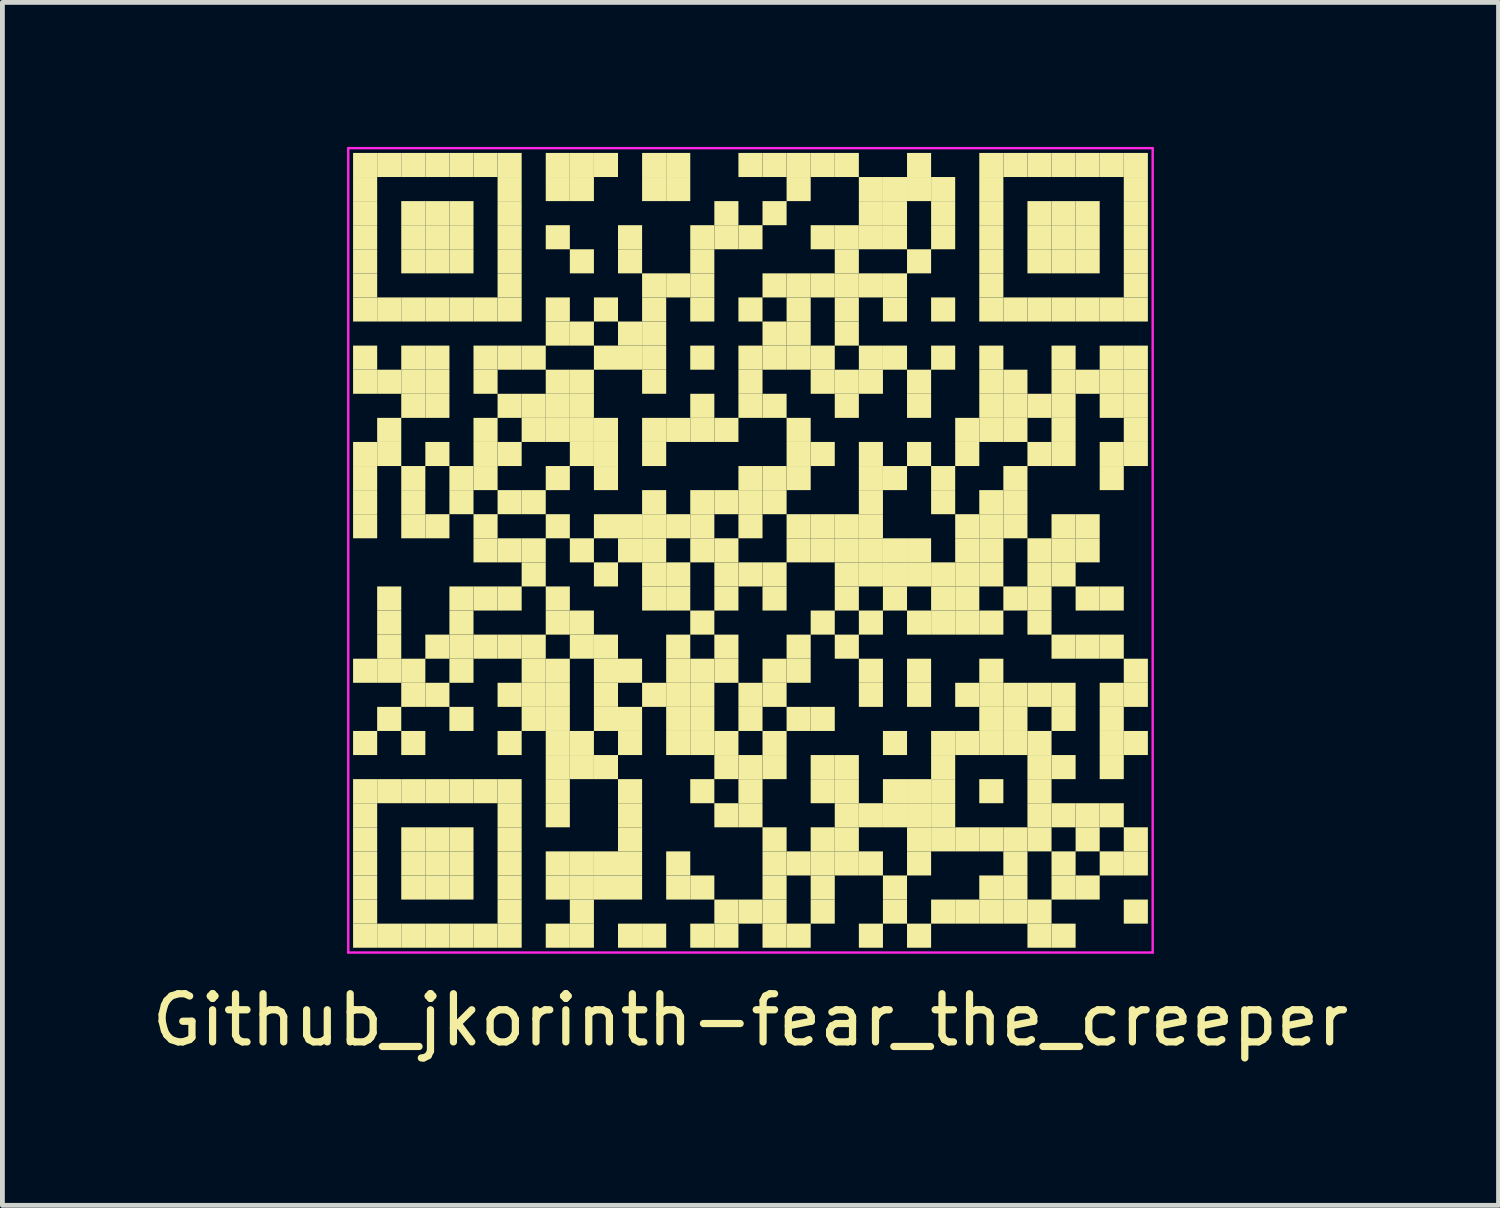
<source format=kicad_pcb>
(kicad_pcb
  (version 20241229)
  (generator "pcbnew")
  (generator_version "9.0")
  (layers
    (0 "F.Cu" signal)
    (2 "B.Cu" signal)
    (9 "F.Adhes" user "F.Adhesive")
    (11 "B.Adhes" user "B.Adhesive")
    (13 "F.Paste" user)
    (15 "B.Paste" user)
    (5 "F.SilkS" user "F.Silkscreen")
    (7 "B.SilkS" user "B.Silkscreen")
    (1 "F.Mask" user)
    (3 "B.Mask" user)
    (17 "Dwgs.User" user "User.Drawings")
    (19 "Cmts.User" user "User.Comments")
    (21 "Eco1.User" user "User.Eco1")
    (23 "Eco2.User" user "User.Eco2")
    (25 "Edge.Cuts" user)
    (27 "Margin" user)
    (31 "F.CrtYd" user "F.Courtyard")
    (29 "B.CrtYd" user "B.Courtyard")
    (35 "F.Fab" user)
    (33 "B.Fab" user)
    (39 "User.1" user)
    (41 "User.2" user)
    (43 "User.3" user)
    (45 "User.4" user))
  (footprint "Github_jkorinth-fear_the_creeper"
    (layer "F.Cu")
    (at 12.53 8.375)
    (property "Reference" "Github_jkorinth-fear_the_creeper" (at 0 9.75 0) (layer "F.SilkS") (effects (font (size 1 1) (thickness 0.15))))
    (attr board_only exclude_from_pos_files exclude_from_bom allow_missing_courtyard)
    (fp_rect (start -8.25 -8.25) (end -7.75 -7.75) (stroke (width 0) (type default)) (fill yes) (layer "F.SilkS"))
    (fp_rect (start -8.25 -7.75) (end -7.75 -7.25) (stroke (width 0) (type default)) (fill yes) (layer "F.SilkS"))
    (fp_rect (start -8.25 -7.25) (end -7.75 -6.75) (stroke (width 0) (type default)) (fill yes) (layer "F.SilkS"))
    (fp_rect (start -8.25 -6.75) (end -7.75 -6.25) (stroke (width 0) (type default)) (fill yes) (layer "F.SilkS"))
    (fp_rect (start -8.25 -6.25) (end -7.75 -5.75) (stroke (width 0) (type default)) (fill yes) (layer "F.SilkS"))
    (fp_rect (start -8.25 -5.75) (end -7.75 -5.25) (stroke (width 0) (type default)) (fill yes) (layer "F.SilkS"))
    (fp_rect (start -8.25 -5.25) (end -7.75 -4.75) (stroke (width 0) (type default)) (fill yes) (layer "F.SilkS"))
    (fp_rect (start -8.25 -4.25) (end -7.75 -3.75) (stroke (width 0) (type default)) (fill yes) (layer "F.SilkS"))
    (fp_rect (start -8.25 -3.75) (end -7.75 -3.25) (stroke (width 0) (type default)) (fill yes) (layer "F.SilkS"))
    (fp_rect (start -8.25 -2.25) (end -7.75 -1.75) (stroke (width 0) (type default)) (fill yes) (layer "F.SilkS"))
    (fp_rect (start -8.25 -1.75) (end -7.75 -1.25) (stroke (width 0) (type default)) (fill yes) (layer "F.SilkS"))
    (fp_rect (start -8.25 -1.25) (end -7.75 -0.75) (stroke (width 0) (type default)) (fill yes) (layer "F.SilkS"))
    (fp_rect (start -8.25 -0.75) (end -7.75 -0.25) (stroke (width 0) (type default)) (fill yes) (layer "F.SilkS"))
    (fp_rect (start -8.25 2.25) (end -7.75 2.75) (stroke (width 0) (type default)) (fill yes) (layer "F.SilkS"))
    (fp_rect (start -8.25 3.75) (end -7.75 4.25) (stroke (width 0) (type default)) (fill yes) (layer "F.SilkS"))
    (fp_rect (start -8.25 4.75) (end -7.75 5.25) (stroke (width 0) (type default)) (fill yes) (layer "F.SilkS"))
    (fp_rect (start -8.25 5.25) (end -7.75 5.75) (stroke (width 0) (type default)) (fill yes) (layer "F.SilkS"))
    (fp_rect (start -8.25 5.75) (end -7.75 6.25) (stroke (width 0) (type default)) (fill yes) (layer "F.SilkS"))
    (fp_rect (start -8.25 6.25) (end -7.75 6.75) (stroke (width 0) (type default)) (fill yes) (layer "F.SilkS"))
    (fp_rect (start -8.25 6.75) (end -7.75 7.25) (stroke (width 0) (type default)) (fill yes) (layer "F.SilkS"))
    (fp_rect (start -8.25 7.25) (end -7.75 7.75) (stroke (width 0) (type default)) (fill yes) (layer "F.SilkS"))
    (fp_rect (start -8.25 7.75) (end -7.75 8.25) (stroke (width 0) (type default)) (fill yes) (layer "F.SilkS"))
    (fp_rect (start -7.75 -8.25) (end -7.25 -7.75) (stroke (width 0) (type default)) (fill yes) (layer "F.SilkS"))
    (fp_rect (start -7.75 -5.25) (end -7.25 -4.75) (stroke (width 0) (type default)) (fill yes) (layer "F.SilkS"))
    (fp_rect (start -7.75 -3.75) (end -7.25 -3.25) (stroke (width 0) (type default)) (fill yes) (layer "F.SilkS"))
    (fp_rect (start -7.75 -2.75) (end -7.25 -2.25) (stroke (width 0) (type default)) (fill yes) (layer "F.SilkS"))
    (fp_rect (start -7.75 -2.25) (end -7.25 -1.75) (stroke (width 0) (type default)) (fill yes) (layer "F.SilkS"))
    (fp_rect (start -7.75 0.75) (end -7.25 1.25) (stroke (width 0) (type default)) (fill yes) (layer "F.SilkS"))
    (fp_rect (start -7.75 1.25) (end -7.25 1.75) (stroke (width 0) (type default)) (fill yes) (layer "F.SilkS"))
    (fp_rect (start -7.75 1.75) (end -7.25 2.25) (stroke (width 0) (type default)) (fill yes) (layer "F.SilkS"))
    (fp_rect (start -7.75 2.25) (end -7.25 2.75) (stroke (width 0) (type default)) (fill yes) (layer "F.SilkS"))
    (fp_rect (start -7.75 3.25) (end -7.25 3.75) (stroke (width 0) (type default)) (fill yes) (layer "F.SilkS"))
    (fp_rect (start -7.75 4.75) (end -7.25 5.25) (stroke (width 0) (type default)) (fill yes) (layer "F.SilkS"))
    (fp_rect (start -7.75 7.75) (end -7.25 8.25) (stroke (width 0) (type default)) (fill yes) (layer "F.SilkS"))
    (fp_rect (start -7.25 -8.25) (end -6.75 -7.75) (stroke (width 0) (type default)) (fill yes) (layer "F.SilkS"))
    (fp_rect (start -7.25 -7.25) (end -6.75 -6.75) (stroke (width 0) (type default)) (fill yes) (layer "F.SilkS"))
    (fp_rect (start -7.25 -6.75) (end -6.75 -6.25) (stroke (width 0) (type default)) (fill yes) (layer "F.SilkS"))
    (fp_rect (start -7.25 -6.25) (end -6.75 -5.75) (stroke (width 0) (type default)) (fill yes) (layer "F.SilkS"))
    (fp_rect (start -7.25 -5.25) (end -6.75 -4.75) (stroke (width 0) (type default)) (fill yes) (layer "F.SilkS"))
    (fp_rect (start -7.25 -4.25) (end -6.75 -3.75) (stroke (width 0) (type default)) (fill yes) (layer "F.SilkS"))
    (fp_rect (start -7.25 -3.75) (end -6.75 -3.25) (stroke (width 0) (type default)) (fill yes) (layer "F.SilkS"))
    (fp_rect (start -7.25 -3.25) (end -6.75 -2.75) (stroke (width 0) (type default)) (fill yes) (layer "F.SilkS"))
    (fp_rect (start -7.25 -1.75) (end -6.75 -1.25) (stroke (width 0) (type default)) (fill yes) (layer "F.SilkS"))
    (fp_rect (start -7.25 -1.25) (end -6.75 -0.75) (stroke (width 0) (type default)) (fill yes) (layer "F.SilkS"))
    (fp_rect (start -7.25 -0.75) (end -6.75 -0.25) (stroke (width 0) (type default)) (fill yes) (layer "F.SilkS"))
    (fp_rect (start -7.25 2.25) (end -6.75 2.75) (stroke (width 0) (type default)) (fill yes) (layer "F.SilkS"))
    (fp_rect (start -7.25 2.75) (end -6.75 3.25) (stroke (width 0) (type default)) (fill yes) (layer "F.SilkS"))
    (fp_rect (start -7.25 3.75) (end -6.75 4.25) (stroke (width 0) (type default)) (fill yes) (layer "F.SilkS"))
    (fp_rect (start -7.25 4.75) (end -6.75 5.25) (stroke (width 0) (type default)) (fill yes) (layer "F.SilkS"))
    (fp_rect (start -7.25 5.75) (end -6.75 6.25) (stroke (width 0) (type default)) (fill yes) (layer "F.SilkS"))
    (fp_rect (start -7.25 6.25) (end -6.75 6.75) (stroke (width 0) (type default)) (fill yes) (layer "F.SilkS"))
    (fp_rect (start -7.25 6.75) (end -6.75 7.25) (stroke (width 0) (type default)) (fill yes) (layer "F.SilkS"))
    (fp_rect (start -7.25 7.75) (end -6.75 8.25) (stroke (width 0) (type default)) (fill yes) (layer "F.SilkS"))
    (fp_rect (start -6.75 -8.25) (end -6.25 -7.75) (stroke (width 0) (type default)) (fill yes) (layer "F.SilkS"))
    (fp_rect (start -6.75 -7.25) (end -6.25 -6.75) (stroke (width 0) (type default)) (fill yes) (layer "F.SilkS"))
    (fp_rect (start -6.75 -6.75) (end -6.25 -6.25) (stroke (width 0) (type default)) (fill yes) (layer "F.SilkS"))
    (fp_rect (start -6.75 -6.25) (end -6.25 -5.75) (stroke (width 0) (type default)) (fill yes) (layer "F.SilkS"))
    (fp_rect (start -6.75 -5.25) (end -6.25 -4.75) (stroke (width 0) (type default)) (fill yes) (layer "F.SilkS"))
    (fp_rect (start -6.75 -4.25) (end -6.25 -3.75) (stroke (width 0) (type default)) (fill yes) (layer "F.SilkS"))
    (fp_rect (start -6.75 -3.75) (end -6.25 -3.25) (stroke (width 0) (type default)) (fill yes) (layer "F.SilkS"))
    (fp_rect (start -6.75 -3.25) (end -6.25 -2.75) (stroke (width 0) (type default)) (fill yes) (layer "F.SilkS"))
    (fp_rect (start -6.75 -2.25) (end -6.25 -1.75) (stroke (width 0) (type default)) (fill yes) (layer "F.SilkS"))
    (fp_rect (start -6.75 -0.75) (end -6.25 -0.25) (stroke (width 0) (type default)) (fill yes) (layer "F.SilkS"))
    (fp_rect (start -6.75 1.75) (end -6.25 2.25) (stroke (width 0) (type default)) (fill yes) (layer "F.SilkS"))
    (fp_rect (start -6.75 2.75) (end -6.25 3.25) (stroke (width 0) (type default)) (fill yes) (layer "F.SilkS"))
    (fp_rect (start -6.75 4.75) (end -6.25 5.25) (stroke (width 0) (type default)) (fill yes) (layer "F.SilkS"))
    (fp_rect (start -6.75 5.75) (end -6.25 6.25) (stroke (width 0) (type default)) (fill yes) (layer "F.SilkS"))
    (fp_rect (start -6.75 6.25) (end -6.25 6.75) (stroke (width 0) (type default)) (fill yes) (layer "F.SilkS"))
    (fp_rect (start -6.75 6.75) (end -6.25 7.25) (stroke (width 0) (type default)) (fill yes) (layer "F.SilkS"))
    (fp_rect (start -6.75 7.75) (end -6.25 8.25) (stroke (width 0) (type default)) (fill yes) (layer "F.SilkS"))
    (fp_rect (start -6.25 -8.25) (end -5.75 -7.75) (stroke (width 0) (type default)) (fill yes) (layer "F.SilkS"))
    (fp_rect (start -6.25 -7.25) (end -5.75 -6.75) (stroke (width 0) (type default)) (fill yes) (layer "F.SilkS"))
    (fp_rect (start -6.25 -6.75) (end -5.75 -6.25) (stroke (width 0) (type default)) (fill yes) (layer "F.SilkS"))
    (fp_rect (start -6.25 -6.25) (end -5.75 -5.75) (stroke (width 0) (type default)) (fill yes) (layer "F.SilkS"))
    (fp_rect (start -6.25 -5.25) (end -5.75 -4.75) (stroke (width 0) (type default)) (fill yes) (layer "F.SilkS"))
    (fp_rect (start -6.25 -1.75) (end -5.75 -1.25) (stroke (width 0) (type default)) (fill yes) (layer "F.SilkS"))
    (fp_rect (start -6.25 -1.25) (end -5.75 -0.75) (stroke (width 0) (type default)) (fill yes) (layer "F.SilkS"))
    (fp_rect (start -6.25 0.75) (end -5.75 1.25) (stroke (width 0) (type default)) (fill yes) (layer "F.SilkS"))
    (fp_rect (start -6.25 1.25) (end -5.75 1.75) (stroke (width 0) (type default)) (fill yes) (layer "F.SilkS"))
    (fp_rect (start -6.25 1.75) (end -5.75 2.25) (stroke (width 0) (type default)) (fill yes) (layer "F.SilkS"))
    (fp_rect (start -6.25 2.25) (end -5.75 2.75) (stroke (width 0) (type default)) (fill yes) (layer "F.SilkS"))
    (fp_rect (start -6.25 3.25) (end -5.75 3.75) (stroke (width 0) (type default)) (fill yes) (layer "F.SilkS"))
    (fp_rect (start -6.25 4.75) (end -5.75 5.25) (stroke (width 0) (type default)) (fill yes) (layer "F.SilkS"))
    (fp_rect (start -6.25 5.75) (end -5.75 6.25) (stroke (width 0) (type default)) (fill yes) (layer "F.SilkS"))
    (fp_rect (start -6.25 6.25) (end -5.75 6.75) (stroke (width 0) (type default)) (fill yes) (layer "F.SilkS"))
    (fp_rect (start -6.25 6.75) (end -5.75 7.25) (stroke (width 0) (type default)) (fill yes) (layer "F.SilkS"))
    (fp_rect (start -6.25 7.75) (end -5.75 8.25) (stroke (width 0) (type default)) (fill yes) (layer "F.SilkS"))
    (fp_rect (start -5.75 -8.25) (end -5.25 -7.75) (stroke (width 0) (type default)) (fill yes) (layer "F.SilkS"))
    (fp_rect (start -5.75 -5.25) (end -5.25 -4.75) (stroke (width 0) (type default)) (fill yes) (layer "F.SilkS"))
    (fp_rect (start -5.75 -4.25) (end -5.25 -3.75) (stroke (width 0) (type default)) (fill yes) (layer "F.SilkS"))
    (fp_rect (start -5.75 -3.75) (end -5.25 -3.25) (stroke (width 0) (type default)) (fill yes) (layer "F.SilkS"))
    (fp_rect (start -5.75 -2.75) (end -5.25 -2.25) (stroke (width 0) (type default)) (fill yes) (layer "F.SilkS"))
    (fp_rect (start -5.75 -2.25) (end -5.25 -1.75) (stroke (width 0) (type default)) (fill yes) (layer "F.SilkS"))
    (fp_rect (start -5.75 -1.75) (end -5.25 -1.25) (stroke (width 0) (type default)) (fill yes) (layer "F.SilkS"))
    (fp_rect (start -5.75 -0.75) (end -5.25 -0.25) (stroke (width 0) (type default)) (fill yes) (layer "F.SilkS"))
    (fp_rect (start -5.75 -0.25) (end -5.25 0.25) (stroke (width 0) (type default)) (fill yes) (layer "F.SilkS"))
    (fp_rect (start -5.75 0.75) (end -5.25 1.25) (stroke (width 0) (type default)) (fill yes) (layer "F.SilkS"))
    (fp_rect (start -5.75 1.75) (end -5.25 2.25) (stroke (width 0) (type default)) (fill yes) (layer "F.SilkS"))
    (fp_rect (start -5.75 4.75) (end -5.25 5.25) (stroke (width 0) (type default)) (fill yes) (layer "F.SilkS"))
    (fp_rect (start -5.75 7.75) (end -5.25 8.25) (stroke (width 0) (type default)) (fill yes) (layer "F.SilkS"))
    (fp_rect (start -5.25 -8.25) (end -4.75 -7.75) (stroke (width 0) (type default)) (fill yes) (layer "F.SilkS"))
    (fp_rect (start -5.25 -7.75) (end -4.75 -7.25) (stroke (width 0) (type default)) (fill yes) (layer "F.SilkS"))
    (fp_rect (start -5.25 -7.25) (end -4.75 -6.75) (stroke (width 0) (type default)) (fill yes) (layer "F.SilkS"))
    (fp_rect (start -5.25 -6.75) (end -4.75 -6.25) (stroke (width 0) (type default)) (fill yes) (layer "F.SilkS"))
    (fp_rect (start -5.25 -6.25) (end -4.75 -5.75) (stroke (width 0) (type default)) (fill yes) (layer "F.SilkS"))
    (fp_rect (start -5.25 -5.75) (end -4.75 -5.25) (stroke (width 0) (type default)) (fill yes) (layer "F.SilkS"))
    (fp_rect (start -5.25 -5.25) (end -4.75 -4.75) (stroke (width 0) (type default)) (fill yes) (layer "F.SilkS"))
    (fp_rect (start -5.25 -4.25) (end -4.75 -3.75) (stroke (width 0) (type default)) (fill yes) (layer "F.SilkS"))
    (fp_rect (start -5.25 -3.25) (end -4.75 -2.75) (stroke (width 0) (type default)) (fill yes) (layer "F.SilkS"))
    (fp_rect (start -5.25 -2.25) (end -4.75 -1.75) (stroke (width 0) (type default)) (fill yes) (layer "F.SilkS"))
    (fp_rect (start -5.25 -1.25) (end -4.75 -0.75) (stroke (width 0) (type default)) (fill yes) (layer "F.SilkS"))
    (fp_rect (start -5.25 -0.25) (end -4.75 0.25) (stroke (width 0) (type default)) (fill yes) (layer "F.SilkS"))
    (fp_rect (start -5.25 0.75) (end -4.75 1.25) (stroke (width 0) (type default)) (fill yes) (layer "F.SilkS"))
    (fp_rect (start -5.25 1.75) (end -4.75 2.25) (stroke (width 0) (type default)) (fill yes) (layer "F.SilkS"))
    (fp_rect (start -5.25 2.75) (end -4.75 3.25) (stroke (width 0) (type default)) (fill yes) (layer "F.SilkS"))
    (fp_rect (start -5.25 3.75) (end -4.75 4.25) (stroke (width 0) (type default)) (fill yes) (layer "F.SilkS"))
    (fp_rect (start -5.25 4.75) (end -4.75 5.25) (stroke (width 0) (type default)) (fill yes) (layer "F.SilkS"))
    (fp_rect (start -5.25 5.25) (end -4.75 5.75) (stroke (width 0) (type default)) (fill yes) (layer "F.SilkS"))
    (fp_rect (start -5.25 5.75) (end -4.75 6.25) (stroke (width 0) (type default)) (fill yes) (layer "F.SilkS"))
    (fp_rect (start -5.25 6.25) (end -4.75 6.75) (stroke (width 0) (type default)) (fill yes) (layer "F.SilkS"))
    (fp_rect (start -5.25 6.75) (end -4.75 7.25) (stroke (width 0) (type default)) (fill yes) (layer "F.SilkS"))
    (fp_rect (start -5.25 7.25) (end -4.75 7.75) (stroke (width 0) (type default)) (fill yes) (layer "F.SilkS"))
    (fp_rect (start -5.25 7.75) (end -4.75 8.25) (stroke (width 0) (type default)) (fill yes) (layer "F.SilkS"))
    (fp_rect (start -4.75 -4.25) (end -4.25 -3.75) (stroke (width 0) (type default)) (fill yes) (layer "F.SilkS"))
    (fp_rect (start -4.75 -3.25) (end -4.25 -2.75) (stroke (width 0) (type default)) (fill yes) (layer "F.SilkS"))
    (fp_rect (start -4.75 -2.75) (end -4.25 -2.25) (stroke (width 0) (type default)) (fill yes) (layer "F.SilkS"))
    (fp_rect (start -4.75 -1.25) (end -4.25 -0.75) (stroke (width 0) (type default)) (fill yes) (layer "F.SilkS"))
    (fp_rect (start -4.75 -0.25) (end -4.25 0.25) (stroke (width 0) (type default)) (fill yes) (layer "F.SilkS"))
    (fp_rect (start -4.75 0.25) (end -4.25 0.75) (stroke (width 0) (type default)) (fill yes) (layer "F.SilkS"))
    (fp_rect (start -4.75 1.75) (end -4.25 2.25) (stroke (width 0) (type default)) (fill yes) (layer "F.SilkS"))
    (fp_rect (start -4.75 2.25) (end -4.25 2.75) (stroke (width 0) (type default)) (fill yes) (layer "F.SilkS"))
    (fp_rect (start -4.75 2.75) (end -4.25 3.25) (stroke (width 0) (type default)) (fill yes) (layer "F.SilkS"))
    (fp_rect (start -4.75 3.25) (end -4.25 3.75) (stroke (width 0) (type default)) (fill yes) (layer "F.SilkS"))
    (fp_rect (start -4.25 -8.25) (end -3.75 -7.75) (stroke (width 0) (type default)) (fill yes) (layer "F.SilkS"))
    (fp_rect (start -4.25 -7.75) (end -3.75 -7.25) (stroke (width 0) (type default)) (fill yes) (layer "F.SilkS"))
    (fp_rect (start -4.25 -6.75) (end -3.75 -6.25) (stroke (width 0) (type default)) (fill yes) (layer "F.SilkS"))
    (fp_rect (start -4.25 -5.25) (end -3.75 -4.75) (stroke (width 0) (type default)) (fill yes) (layer "F.SilkS"))
    (fp_rect (start -4.25 -4.75) (end -3.75 -4.25) (stroke (width 0) (type default)) (fill yes) (layer "F.SilkS"))
    (fp_rect (start -4.25 -3.75) (end -3.75 -3.25) (stroke (width 0) (type default)) (fill yes) (layer "F.SilkS"))
    (fp_rect (start -4.25 -3.25) (end -3.75 -2.75) (stroke (width 0) (type default)) (fill yes) (layer "F.SilkS"))
    (fp_rect (start -4.25 -2.75) (end -3.75 -2.25) (stroke (width 0) (type default)) (fill yes) (layer "F.SilkS"))
    (fp_rect (start -4.25 -1.75) (end -3.75 -1.25) (stroke (width 0) (type default)) (fill yes) (layer "F.SilkS"))
    (fp_rect (start -4.25 -0.75) (end -3.75 -0.25) (stroke (width 0) (type default)) (fill yes) (layer "F.SilkS"))
    (fp_rect (start -4.25 0.75) (end -3.75 1.25) (stroke (width 0) (type default)) (fill yes) (layer "F.SilkS"))
    (fp_rect (start -4.25 1.25) (end -3.75 1.75) (stroke (width 0) (type default)) (fill yes) (layer "F.SilkS"))
    (fp_rect (start -4.25 2.25) (end -3.75 2.75) (stroke (width 0) (type default)) (fill yes) (layer "F.SilkS"))
    (fp_rect (start -4.25 2.75) (end -3.75 3.25) (stroke (width 0) (type default)) (fill yes) (layer "F.SilkS"))
    (fp_rect (start -4.25 3.25) (end -3.75 3.75) (stroke (width 0) (type default)) (fill yes) (layer "F.SilkS"))
    (fp_rect (start -4.25 3.75) (end -3.75 4.25) (stroke (width 0) (type default)) (fill yes) (layer "F.SilkS"))
    (fp_rect (start -4.25 4.25) (end -3.75 4.75) (stroke (width 0) (type default)) (fill yes) (layer "F.SilkS"))
    (fp_rect (start -4.25 4.75) (end -3.75 5.25) (stroke (width 0) (type default)) (fill yes) (layer "F.SilkS"))
    (fp_rect (start -4.25 5.25) (end -3.75 5.75) (stroke (width 0) (type default)) (fill yes) (layer "F.SilkS"))
    (fp_rect (start -4.25 6.25) (end -3.75 6.75) (stroke (width 0) (type default)) (fill yes) (layer "F.SilkS"))
    (fp_rect (start -4.25 6.75) (end -3.75 7.25) (stroke (width 0) (type default)) (fill yes) (layer "F.SilkS"))
    (fp_rect (start -4.25 7.75) (end -3.75 8.25) (stroke (width 0) (type default)) (fill yes) (layer "F.SilkS"))
    (fp_rect (start -3.75 -8.25) (end -3.25 -7.75) (stroke (width 0) (type default)) (fill yes) (layer "F.SilkS"))
    (fp_rect (start -3.75 -7.75) (end -3.25 -7.25) (stroke (width 0) (type default)) (fill yes) (layer "F.SilkS"))
    (fp_rect (start -3.75 -6.25) (end -3.25 -5.75) (stroke (width 0) (type default)) (fill yes) (layer "F.SilkS"))
    (fp_rect (start -3.75 -4.75) (end -3.25 -4.25) (stroke (width 0) (type default)) (fill yes) (layer "F.SilkS"))
    (fp_rect (start -3.75 -3.75) (end -3.25 -3.25) (stroke (width 0) (type default)) (fill yes) (layer "F.SilkS"))
    (fp_rect (start -3.75 -3.25) (end -3.25 -2.75) (stroke (width 0) (type default)) (fill yes) (layer "F.SilkS"))
    (fp_rect (start -3.75 -2.75) (end -3.25 -2.25) (stroke (width 0) (type default)) (fill yes) (layer "F.SilkS"))
    (fp_rect (start -3.75 -2.25) (end -3.25 -1.75) (stroke (width 0) (type default)) (fill yes) (layer "F.SilkS"))
    (fp_rect (start -3.75 -0.25) (end -3.25 0.25) (stroke (width 0) (type default)) (fill yes) (layer "F.SilkS"))
    (fp_rect (start -3.75 1.25) (end -3.25 1.75) (stroke (width 0) (type default)) (fill yes) (layer "F.SilkS"))
    (fp_rect (start -3.75 1.75) (end -3.25 2.25) (stroke (width 0) (type default)) (fill yes) (layer "F.SilkS"))
    (fp_rect (start -3.75 3.75) (end -3.25 4.25) (stroke (width 0) (type default)) (fill yes) (layer "F.SilkS"))
    (fp_rect (start -3.75 4.25) (end -3.25 4.75) (stroke (width 0) (type default)) (fill yes) (layer "F.SilkS"))
    (fp_rect (start -3.75 6.25) (end -3.25 6.75) (stroke (width 0) (type default)) (fill yes) (layer "F.SilkS"))
    (fp_rect (start -3.75 6.75) (end -3.25 7.25) (stroke (width 0) (type default)) (fill yes) (layer "F.SilkS"))
    (fp_rect (start -3.75 7.25) (end -3.25 7.75) (stroke (width 0) (type default)) (fill yes) (layer "F.SilkS"))
    (fp_rect (start -3.75 7.75) (end -3.25 8.25) (stroke (width 0) (type default)) (fill yes) (layer "F.SilkS"))
    (fp_rect (start -3.25 -8.25) (end -2.75 -7.75) (stroke (width 0) (type default)) (fill yes) (layer "F.SilkS"))
    (fp_rect (start -3.25 -5.25) (end -2.75 -4.75) (stroke (width 0) (type default)) (fill yes) (layer "F.SilkS"))
    (fp_rect (start -3.25 -4.25) (end -2.75 -3.75) (stroke (width 0) (type default)) (fill yes) (layer "F.SilkS"))
    (fp_rect (start -3.25 -2.75) (end -2.75 -2.25) (stroke (width 0) (type default)) (fill yes) (layer "F.SilkS"))
    (fp_rect (start -3.25 -2.25) (end -2.75 -1.75) (stroke (width 0) (type default)) (fill yes) (layer "F.SilkS"))
    (fp_rect (start -3.25 -1.75) (end -2.75 -1.25) (stroke (width 0) (type default)) (fill yes) (layer "F.SilkS"))
    (fp_rect (start -3.25 -0.75) (end -2.75 -0.25) (stroke (width 0) (type default)) (fill yes) (layer "F.SilkS"))
    (fp_rect (start -3.25 0.25) (end -2.75 0.75) (stroke (width 0) (type default)) (fill yes) (layer "F.SilkS"))
    (fp_rect (start -3.25 1.75) (end -2.75 2.25) (stroke (width 0) (type default)) (fill yes) (layer "F.SilkS"))
    (fp_rect (start -3.25 2.25) (end -2.75 2.75) (stroke (width 0) (type default)) (fill yes) (layer "F.SilkS"))
    (fp_rect (start -3.25 2.75) (end -2.75 3.25) (stroke (width 0) (type default)) (fill yes) (layer "F.SilkS"))
    (fp_rect (start -3.25 3.25) (end -2.75 3.75) (stroke (width 0) (type default)) (fill yes) (layer "F.SilkS"))
    (fp_rect (start -3.25 4.25) (end -2.75 4.75) (stroke (width 0) (type default)) (fill yes) (layer "F.SilkS"))
    (fp_rect (start -3.25 6.25) (end -2.75 6.75) (stroke (width 0) (type default)) (fill yes) (layer "F.SilkS"))
    (fp_rect (start -3.25 6.75) (end -2.75 7.25) (stroke (width 0) (type default)) (fill yes) (layer "F.SilkS"))
    (fp_rect (start -2.75 -6.75) (end -2.25 -6.25) (stroke (width 0) (type default)) (fill yes) (layer "F.SilkS"))
    (fp_rect (start -2.75 -6.25) (end -2.25 -5.75) (stroke (width 0) (type default)) (fill yes) (layer "F.SilkS"))
    (fp_rect (start -2.75 -4.75) (end -2.25 -4.25) (stroke (width 0) (type default)) (fill yes) (layer "F.SilkS"))
    (fp_rect (start -2.75 -4.25) (end -2.25 -3.75) (stroke (width 0) (type default)) (fill yes) (layer "F.SilkS"))
    (fp_rect (start -2.75 -0.75) (end -2.25 -0.25) (stroke (width 0) (type default)) (fill yes) (layer "F.SilkS"))
    (fp_rect (start -2.75 -0.25) (end -2.25 0.25) (stroke (width 0) (type default)) (fill yes) (layer "F.SilkS"))
    (fp_rect (start -2.75 2.25) (end -2.25 2.75) (stroke (width 0) (type default)) (fill yes) (layer "F.SilkS"))
    (fp_rect (start -2.75 3.25) (end -2.25 3.75) (stroke (width 0) (type default)) (fill yes) (layer "F.SilkS"))
    (fp_rect (start -2.75 3.75) (end -2.25 4.25) (stroke (width 0) (type default)) (fill yes) (layer "F.SilkS"))
    (fp_rect (start -2.75 4.75) (end -2.25 5.25) (stroke (width 0) (type default)) (fill yes) (layer "F.SilkS"))
    (fp_rect (start -2.75 5.25) (end -2.25 5.75) (stroke (width 0) (type default)) (fill yes) (layer "F.SilkS"))
    (fp_rect (start -2.75 5.75) (end -2.25 6.25) (stroke (width 0) (type default)) (fill yes) (layer "F.SilkS"))
    (fp_rect (start -2.75 6.25) (end -2.25 6.75) (stroke (width 0) (type default)) (fill yes) (layer "F.SilkS"))
    (fp_rect (start -2.75 6.75) (end -2.25 7.25) (stroke (width 0) (type default)) (fill yes) (layer "F.SilkS"))
    (fp_rect (start -2.75 7.75) (end -2.25 8.25) (stroke (width 0) (type default)) (fill yes) (layer "F.SilkS"))
    (fp_rect (start -2.25 -8.25) (end -1.75 -7.75) (stroke (width 0) (type default)) (fill yes) (layer "F.SilkS"))
    (fp_rect (start -2.25 -7.75) (end -1.75 -7.25) (stroke (width 0) (type default)) (fill yes) (layer "F.SilkS"))
    (fp_rect (start -2.25 -5.75) (end -1.75 -5.25) (stroke (width 0) (type default)) (fill yes) (layer "F.SilkS"))
    (fp_rect (start -2.25 -5.25) (end -1.75 -4.75) (stroke (width 0) (type default)) (fill yes) (layer "F.SilkS"))
    (fp_rect (start -2.25 -4.75) (end -1.75 -4.25) (stroke (width 0) (type default)) (fill yes) (layer "F.SilkS"))
    (fp_rect (start -2.25 -4.25) (end -1.75 -3.75) (stroke (width 0) (type default)) (fill yes) (layer "F.SilkS"))
    (fp_rect (start -2.25 -3.75) (end -1.75 -3.25) (stroke (width 0) (type default)) (fill yes) (layer "F.SilkS"))
    (fp_rect (start -2.25 -2.75) (end -1.75 -2.25) (stroke (width 0) (type default)) (fill yes) (layer "F.SilkS"))
    (fp_rect (start -2.25 -2.25) (end -1.75 -1.75) (stroke (width 0) (type default)) (fill yes) (layer "F.SilkS"))
    (fp_rect (start -2.25 -1.25) (end -1.75 -0.75) (stroke (width 0) (type default)) (fill yes) (layer "F.SilkS"))
    (fp_rect (start -2.25 -0.75) (end -1.75 -0.25) (stroke (width 0) (type default)) (fill yes) (layer "F.SilkS"))
    (fp_rect (start -2.25 -0.25) (end -1.75 0.25) (stroke (width 0) (type default)) (fill yes) (layer "F.SilkS"))
    (fp_rect (start -2.25 0.25) (end -1.75 0.75) (stroke (width 0) (type default)) (fill yes) (layer "F.SilkS"))
    (fp_rect (start -2.25 0.75) (end -1.75 1.25) (stroke (width 0) (type default)) (fill yes) (layer "F.SilkS"))
    (fp_rect (start -2.25 2.75) (end -1.75 3.25) (stroke (width 0) (type default)) (fill yes) (layer "F.SilkS"))
    (fp_rect (start -2.25 7.75) (end -1.75 8.25) (stroke (width 0) (type default)) (fill yes) (layer "F.SilkS"))
    (fp_rect (start -1.75 -8.25) (end -1.25 -7.75) (stroke (width 0) (type default)) (fill yes) (layer "F.SilkS"))
    (fp_rect (start -1.75 -7.75) (end -1.25 -7.25) (stroke (width 0) (type default)) (fill yes) (layer "F.SilkS"))
    (fp_rect (start -1.75 -5.75) (end -1.25 -5.25) (stroke (width 0) (type default)) (fill yes) (layer "F.SilkS"))
    (fp_rect (start -1.75 -2.75) (end -1.25 -2.25) (stroke (width 0) (type default)) (fill yes) (layer "F.SilkS"))
    (fp_rect (start -1.75 -0.75) (end -1.25 -0.25) (stroke (width 0) (type default)) (fill yes) (layer "F.SilkS"))
    (fp_rect (start -1.75 0.25) (end -1.25 0.75) (stroke (width 0) (type default)) (fill yes) (layer "F.SilkS"))
    (fp_rect (start -1.75 0.75) (end -1.25 1.25) (stroke (width 0) (type default)) (fill yes) (layer "F.SilkS"))
    (fp_rect (start -1.75 1.75) (end -1.25 2.25) (stroke (width 0) (type default)) (fill yes) (layer "F.SilkS"))
    (fp_rect (start -1.75 2.25) (end -1.25 2.75) (stroke (width 0) (type default)) (fill yes) (layer "F.SilkS"))
    (fp_rect (start -1.75 2.75) (end -1.25 3.25) (stroke (width 0) (type default)) (fill yes) (layer "F.SilkS"))
    (fp_rect (start -1.75 3.25) (end -1.25 3.75) (stroke (width 0) (type default)) (fill yes) (layer "F.SilkS"))
    (fp_rect (start -1.75 3.75) (end -1.25 4.25) (stroke (width 0) (type default)) (fill yes) (layer "F.SilkS"))
    (fp_rect (start -1.75 6.25) (end -1.25 6.75) (stroke (width 0) (type default)) (fill yes) (layer "F.SilkS"))
    (fp_rect (start -1.75 6.75) (end -1.25 7.25) (stroke (width 0) (type default)) (fill yes) (layer "F.SilkS"))
    (fp_rect (start -1.25 -6.75) (end -0.75 -6.25) (stroke (width 0) (type default)) (fill yes) (layer "F.SilkS"))
    (fp_rect (start -1.25 -6.25) (end -0.75 -5.75) (stroke (width 0) (type default)) (fill yes) (layer "F.SilkS"))
    (fp_rect (start -1.25 -5.75) (end -0.75 -5.25) (stroke (width 0) (type default)) (fill yes) (layer "F.SilkS"))
    (fp_rect (start -1.25 -5.25) (end -0.75 -4.75) (stroke (width 0) (type default)) (fill yes) (layer "F.SilkS"))
    (fp_rect (start -1.25 -4.25) (end -0.75 -3.75) (stroke (width 0) (type default)) (fill yes) (layer "F.SilkS"))
    (fp_rect (start -1.25 -3.25) (end -0.75 -2.75) (stroke (width 0) (type default)) (fill yes) (layer "F.SilkS"))
    (fp_rect (start -1.25 -2.75) (end -0.75 -2.25) (stroke (width 0) (type default)) (fill yes) (layer "F.SilkS"))
    (fp_rect (start -1.25 -1.25) (end -0.75 -0.75) (stroke (width 0) (type default)) (fill yes) (layer "F.SilkS"))
    (fp_rect (start -1.25 -0.75) (end -0.75 -0.25) (stroke (width 0) (type default)) (fill yes) (layer "F.SilkS"))
    (fp_rect (start -1.25 -0.25) (end -0.75 0.25) (stroke (width 0) (type default)) (fill yes) (layer "F.SilkS"))
    (fp_rect (start -1.25 1.25) (end -0.75 1.75) (stroke (width 0) (type default)) (fill yes) (layer "F.SilkS"))
    (fp_rect (start -1.25 2.25) (end -0.75 2.75) (stroke (width 0) (type default)) (fill yes) (layer "F.SilkS"))
    (fp_rect (start -1.25 2.75) (end -0.75 3.25) (stroke (width 0) (type default)) (fill yes) (layer "F.SilkS"))
    (fp_rect (start -1.25 3.25) (end -0.75 3.75) (stroke (width 0) (type default)) (fill yes) (layer "F.SilkS"))
    (fp_rect (start -1.25 3.75) (end -0.75 4.25) (stroke (width 0) (type default)) (fill yes) (layer "F.SilkS"))
    (fp_rect (start -1.25 4.75) (end -0.75 5.25) (stroke (width 0) (type default)) (fill yes) (layer "F.SilkS"))
    (fp_rect (start -1.25 6.75) (end -0.75 7.25) (stroke (width 0) (type default)) (fill yes) (layer "F.SilkS"))
    (fp_rect (start -1.25 7.75) (end -0.75 8.25) (stroke (width 0) (type default)) (fill yes) (layer "F.SilkS"))
    (fp_rect (start -0.75 -7.25) (end -0.25 -6.75) (stroke (width 0) (type default)) (fill yes) (layer "F.SilkS"))
    (fp_rect (start -0.75 -6.75) (end -0.25 -6.25) (stroke (width 0) (type default)) (fill yes) (layer "F.SilkS"))
    (fp_rect (start -0.75 -2.75) (end -0.25 -2.25) (stroke (width 0) (type default)) (fill yes) (layer "F.SilkS"))
    (fp_rect (start -0.75 -1.25) (end -0.25 -0.75) (stroke (width 0) (type default)) (fill yes) (layer "F.SilkS"))
    (fp_rect (start -0.75 -0.25) (end -0.25 0.25) (stroke (width 0) (type default)) (fill yes) (layer "F.SilkS"))
    (fp_rect (start -0.75 0.25) (end -0.25 0.75) (stroke (width 0) (type default)) (fill yes) (layer "F.SilkS"))
    (fp_rect (start -0.75 0.75) (end -0.25 1.25) (stroke (width 0) (type default)) (fill yes) (layer "F.SilkS"))
    (fp_rect (start -0.75 1.75) (end -0.25 2.25) (stroke (width 0) (type default)) (fill yes) (layer "F.SilkS"))
    (fp_rect (start -0.75 2.25) (end -0.25 2.75) (stroke (width 0) (type default)) (fill yes) (layer "F.SilkS"))
    (fp_rect (start -0.75 3.75) (end -0.25 4.25) (stroke (width 0) (type default)) (fill yes) (layer "F.SilkS"))
    (fp_rect (start -0.75 4.25) (end -0.25 4.75) (stroke (width 0) (type default)) (fill yes) (layer "F.SilkS"))
    (fp_rect (start -0.75 5.25) (end -0.25 5.75) (stroke (width 0) (type default)) (fill yes) (layer "F.SilkS"))
    (fp_rect (start -0.75 7.25) (end -0.25 7.75) (stroke (width 0) (type default)) (fill yes) (layer "F.SilkS"))
    (fp_rect (start -0.75 7.75) (end -0.25 8.25) (stroke (width 0) (type default)) (fill yes) (layer "F.SilkS"))
    (fp_rect (start -0.25 -8.25) (end 0.25 -7.75) (stroke (width 0) (type default)) (fill yes) (layer "F.SilkS"))
    (fp_rect (start -0.25 -6.75) (end 0.25 -6.25) (stroke (width 0) (type default)) (fill yes) (layer "F.SilkS"))
    (fp_rect (start -0.25 -5.25) (end 0.25 -4.75) (stroke (width 0) (type default)) (fill yes) (layer "F.SilkS"))
    (fp_rect (start -0.25 -4.25) (end 0.25 -3.75) (stroke (width 0) (type default)) (fill yes) (layer "F.SilkS"))
    (fp_rect (start -0.25 -3.75) (end 0.25 -3.25) (stroke (width 0) (type default)) (fill yes) (layer "F.SilkS"))
    (fp_rect (start -0.25 -3.25) (end 0.25 -2.75) (stroke (width 0) (type default)) (fill yes) (layer "F.SilkS"))
    (fp_rect (start -0.25 -1.75) (end 0.25 -1.25) (stroke (width 0) (type default)) (fill yes) (layer "F.SilkS"))
    (fp_rect (start -0.25 -1.25) (end 0.25 -0.75) (stroke (width 0) (type default)) (fill yes) (layer "F.SilkS"))
    (fp_rect (start -0.25 -0.75) (end 0.25 -0.25) (stroke (width 0) (type default)) (fill yes) (layer "F.SilkS"))
    (fp_rect (start -0.25 0.25) (end 0.25 0.75) (stroke (width 0) (type default)) (fill yes) (layer "F.SilkS"))
    (fp_rect (start -0.25 2.75) (end 0.25 3.25) (stroke (width 0) (type default)) (fill yes) (layer "F.SilkS"))
    (fp_rect (start -0.25 3.25) (end 0.25 3.75) (stroke (width 0) (type default)) (fill yes) (layer "F.SilkS"))
    (fp_rect (start -0.25 4.25) (end 0.25 4.75) (stroke (width 0) (type default)) (fill yes) (layer "F.SilkS"))
    (fp_rect (start -0.25 4.75) (end 0.25 5.25) (stroke (width 0) (type default)) (fill yes) (layer "F.SilkS"))
    (fp_rect (start -0.25 5.25) (end 0.25 5.75) (stroke (width 0) (type default)) (fill yes) (layer "F.SilkS"))
    (fp_rect (start -0.25 7.25) (end 0.25 7.75) (stroke (width 0) (type default)) (fill yes) (layer "F.SilkS"))
    (fp_rect (start 0.25 -8.25) (end 0.75 -7.75) (stroke (width 0) (type default)) (fill yes) (layer "F.SilkS"))
    (fp_rect (start 0.25 -7.25) (end 0.75 -6.75) (stroke (width 0) (type default)) (fill yes) (layer "F.SilkS"))
    (fp_rect (start 0.25 -5.75) (end 0.75 -5.25) (stroke (width 0) (type default)) (fill yes) (layer "F.SilkS"))
    (fp_rect (start 0.25 -4.75) (end 0.75 -4.25) (stroke (width 0) (type default)) (fill yes) (layer "F.SilkS"))
    (fp_rect (start 0.25 -4.25) (end 0.75 -3.75) (stroke (width 0) (type default)) (fill yes) (layer "F.SilkS"))
    (fp_rect (start 0.25 -3.25) (end 0.75 -2.75) (stroke (width 0) (type default)) (fill yes) (layer "F.SilkS"))
    (fp_rect (start 0.25 -1.75) (end 0.75 -1.25) (stroke (width 0) (type default)) (fill yes) (layer "F.SilkS"))
    (fp_rect (start 0.25 -1.25) (end 0.75 -0.75) (stroke (width 0) (type default)) (fill yes) (layer "F.SilkS"))
    (fp_rect (start 0.25 0.25) (end 0.75 0.75) (stroke (width 0) (type default)) (fill yes) (layer "F.SilkS"))
    (fp_rect (start 0.25 0.75) (end 0.75 1.25) (stroke (width 0) (type default)) (fill yes) (layer "F.SilkS"))
    (fp_rect (start 0.25 2.25) (end 0.75 2.75) (stroke (width 0) (type default)) (fill yes) (layer "F.SilkS"))
    (fp_rect (start 0.25 2.75) (end 0.75 3.25) (stroke (width 0) (type default)) (fill yes) (layer "F.SilkS"))
    (fp_rect (start 0.25 3.75) (end 0.75 4.25) (stroke (width 0) (type default)) (fill yes) (layer "F.SilkS"))
    (fp_rect (start 0.25 4.25) (end 0.75 4.75) (stroke (width 0) (type default)) (fill yes) (layer "F.SilkS"))
    (fp_rect (start 0.25 5.75) (end 0.75 6.25) (stroke (width 0) (type default)) (fill yes) (layer "F.SilkS"))
    (fp_rect (start 0.25 6.25) (end 0.75 6.75) (stroke (width 0) (type default)) (fill yes) (layer "F.SilkS"))
    (fp_rect (start 0.25 6.75) (end 0.75 7.25) (stroke (width 0) (type default)) (fill yes) (layer "F.SilkS"))
    (fp_rect (start 0.25 7.25) (end 0.75 7.75) (stroke (width 0) (type default)) (fill yes) (layer "F.SilkS"))
    (fp_rect (start 0.25 7.75) (end 0.75 8.25) (stroke (width 0) (type default)) (fill yes) (layer "F.SilkS"))
    (fp_rect (start 0.75 -8.25) (end 1.25 -7.75) (stroke (width 0) (type default)) (fill yes) (layer "F.SilkS"))
    (fp_rect (start 0.75 -7.75) (end 1.25 -7.25) (stroke (width 0) (type default)) (fill yes) (layer "F.SilkS"))
    (fp_rect (start 0.75 -5.75) (end 1.25 -5.25) (stroke (width 0) (type default)) (fill yes) (layer "F.SilkS"))
    (fp_rect (start 0.75 -5.25) (end 1.25 -4.75) (stroke (width 0) (type default)) (fill yes) (layer "F.SilkS"))
    (fp_rect (start 0.75 -4.75) (end 1.25 -4.25) (stroke (width 0) (type default)) (fill yes) (layer "F.SilkS"))
    (fp_rect (start 0.75 -4.25) (end 1.25 -3.75) (stroke (width 0) (type default)) (fill yes) (layer "F.SilkS"))
    (fp_rect (start 0.75 -2.75) (end 1.25 -2.25) (stroke (width 0) (type default)) (fill yes) (layer "F.SilkS"))
    (fp_rect (start 0.75 -2.25) (end 1.25 -1.75) (stroke (width 0) (type default)) (fill yes) (layer "F.SilkS"))
    (fp_rect (start 0.75 -1.75) (end 1.25 -1.25) (stroke (width 0) (type default)) (fill yes) (layer "F.SilkS"))
    (fp_rect (start 0.75 -0.75) (end 1.25 -0.25) (stroke (width 0) (type default)) (fill yes) (layer "F.SilkS"))
    (fp_rect (start 0.75 -0.25) (end 1.25 0.25) (stroke (width 0) (type default)) (fill yes) (layer "F.SilkS"))
    (fp_rect (start 0.75 1.75) (end 1.25 2.25) (stroke (width 0) (type default)) (fill yes) (layer "F.SilkS"))
    (fp_rect (start 0.75 2.25) (end 1.25 2.75) (stroke (width 0) (type default)) (fill yes) (layer "F.SilkS"))
    (fp_rect (start 0.75 3.25) (end 1.25 3.75) (stroke (width 0) (type default)) (fill yes) (layer "F.SilkS"))
    (fp_rect (start 0.75 6.25) (end 1.25 6.75) (stroke (width 0) (type default)) (fill yes) (layer "F.SilkS"))
    (fp_rect (start 0.75 7.75) (end 1.25 8.25) (stroke (width 0) (type default)) (fill yes) (layer "F.SilkS"))
    (fp_rect (start 1.25 -8.25) (end 1.75 -7.75) (stroke (width 0) (type default)) (fill yes) (layer "F.SilkS"))
    (fp_rect (start 1.25 -6.75) (end 1.75 -6.25) (stroke (width 0) (type default)) (fill yes) (layer "F.SilkS"))
    (fp_rect (start 1.25 -5.75) (end 1.75 -5.25) (stroke (width 0) (type default)) (fill yes) (layer "F.SilkS"))
    (fp_rect (start 1.25 -4.25) (end 1.75 -3.75) (stroke (width 0) (type default)) (fill yes) (layer "F.SilkS"))
    (fp_rect (start 1.25 -3.75) (end 1.75 -3.25) (stroke (width 0) (type default)) (fill yes) (layer "F.SilkS"))
    (fp_rect (start 1.25 -2.25) (end 1.75 -1.75) (stroke (width 0) (type default)) (fill yes) (layer "F.SilkS"))
    (fp_rect (start 1.25 -0.75) (end 1.75 -0.25) (stroke (width 0) (type default)) (fill yes) (layer "F.SilkS"))
    (fp_rect (start 1.25 -0.25) (end 1.75 0.25) (stroke (width 0) (type default)) (fill yes) (layer "F.SilkS"))
    (fp_rect (start 1.25 1.25) (end 1.75 1.75) (stroke (width 0) (type default)) (fill yes) (layer "F.SilkS"))
    (fp_rect (start 1.25 3.25) (end 1.75 3.75) (stroke (width 0) (type default)) (fill yes) (layer "F.SilkS"))
    (fp_rect (start 1.25 4.25) (end 1.75 4.75) (stroke (width 0) (type default)) (fill yes) (layer "F.SilkS"))
    (fp_rect (start 1.25 4.75) (end 1.75 5.25) (stroke (width 0) (type default)) (fill yes) (layer "F.SilkS"))
    (fp_rect (start 1.25 5.75) (end 1.75 6.25) (stroke (width 0) (type default)) (fill yes) (layer "F.SilkS"))
    (fp_rect (start 1.25 6.25) (end 1.75 6.75) (stroke (width 0) (type default)) (fill yes) (layer "F.SilkS"))
    (fp_rect (start 1.25 6.75) (end 1.75 7.25) (stroke (width 0) (type default)) (fill yes) (layer "F.SilkS"))
    (fp_rect (start 1.25 7.25) (end 1.75 7.75) (stroke (width 0) (type default)) (fill yes) (layer "F.SilkS"))
    (fp_rect (start 1.75 -8.25) (end 2.25 -7.75) (stroke (width 0) (type default)) (fill yes) (layer "F.SilkS"))
    (fp_rect (start 1.75 -6.75) (end 2.25 -6.25) (stroke (width 0) (type default)) (fill yes) (layer "F.SilkS"))
    (fp_rect (start 1.75 -6.25) (end 2.25 -5.75) (stroke (width 0) (type default)) (fill yes) (layer "F.SilkS"))
    (fp_rect (start 1.75 -5.75) (end 2.25 -5.25) (stroke (width 0) (type default)) (fill yes) (layer "F.SilkS"))
    (fp_rect (start 1.75 -5.25) (end 2.25 -4.75) (stroke (width 0) (type default)) (fill yes) (layer "F.SilkS"))
    (fp_rect (start 1.75 -4.75) (end 2.25 -4.25) (stroke (width 0) (type default)) (fill yes) (layer "F.SilkS"))
    (fp_rect (start 1.75 -3.75) (end 2.25 -3.25) (stroke (width 0) (type default)) (fill yes) (layer "F.SilkS"))
    (fp_rect (start 1.75 -3.25) (end 2.25 -2.75) (stroke (width 0) (type default)) (fill yes) (layer "F.SilkS"))
    (fp_rect (start 1.75 -0.75) (end 2.25 -0.25) (stroke (width 0) (type default)) (fill yes) (layer "F.SilkS"))
    (fp_rect (start 1.75 -0.25) (end 2.25 0.25) (stroke (width 0) (type default)) (fill yes) (layer "F.SilkS"))
    (fp_rect (start 1.75 0.25) (end 2.25 0.75) (stroke (width 0) (type default)) (fill yes) (layer "F.SilkS"))
    (fp_rect (start 1.75 0.75) (end 2.25 1.25) (stroke (width 0) (type default)) (fill yes) (layer "F.SilkS"))
    (fp_rect (start 1.75 1.75) (end 2.25 2.25) (stroke (width 0) (type default)) (fill yes) (layer "F.SilkS"))
    (fp_rect (start 1.75 4.25) (end 2.25 4.75) (stroke (width 0) (type default)) (fill yes) (layer "F.SilkS"))
    (fp_rect (start 1.75 4.75) (end 2.25 5.25) (stroke (width 0) (type default)) (fill yes) (layer "F.SilkS"))
    (fp_rect (start 1.75 5.25) (end 2.25 5.75) (stroke (width 0) (type default)) (fill yes) (layer "F.SilkS"))
    (fp_rect (start 1.75 5.75) (end 2.25 6.25) (stroke (width 0) (type default)) (fill yes) (layer "F.SilkS"))
    (fp_rect (start 1.75 6.25) (end 2.25 6.75) (stroke (width 0) (type default)) (fill yes) (layer "F.SilkS"))
    (fp_rect (start 2.25 -7.75) (end 2.75 -7.25) (stroke (width 0) (type default)) (fill yes) (layer "F.SilkS"))
    (fp_rect (start 2.25 -7.25) (end 2.75 -6.75) (stroke (width 0) (type default)) (fill yes) (layer "F.SilkS"))
    (fp_rect (start 2.25 -6.75) (end 2.75 -6.25) (stroke (width 0) (type default)) (fill yes) (layer "F.SilkS"))
    (fp_rect (start 2.25 -5.75) (end 2.75 -5.25) (stroke (width 0) (type default)) (fill yes) (layer "F.SilkS"))
    (fp_rect (start 2.25 -4.25) (end 2.75 -3.75) (stroke (width 0) (type default)) (fill yes) (layer "F.SilkS"))
    (fp_rect (start 2.25 -3.75) (end 2.75 -3.25) (stroke (width 0) (type default)) (fill yes) (layer "F.SilkS"))
    (fp_rect (start 2.25 -2.25) (end 2.75 -1.75) (stroke (width 0) (type default)) (fill yes) (layer "F.SilkS"))
    (fp_rect (start 2.25 -1.75) (end 2.75 -1.25) (stroke (width 0) (type default)) (fill yes) (layer "F.SilkS"))
    (fp_rect (start 2.25 -1.25) (end 2.75 -0.75) (stroke (width 0) (type default)) (fill yes) (layer "F.SilkS"))
    (fp_rect (start 2.25 -0.75) (end 2.75 -0.25) (stroke (width 0) (type default)) (fill yes) (layer "F.SilkS"))
    (fp_rect (start 2.25 -0.25) (end 2.75 0.25) (stroke (width 0) (type default)) (fill yes) (layer "F.SilkS"))
    (fp_rect (start 2.25 0.25) (end 2.75 0.75) (stroke (width 0) (type default)) (fill yes) (layer "F.SilkS"))
    (fp_rect (start 2.25 1.25) (end 2.75 1.75) (stroke (width 0) (type default)) (fill yes) (layer "F.SilkS"))
    (fp_rect (start 2.25 2.25) (end 2.75 2.75) (stroke (width 0) (type default)) (fill yes) (layer "F.SilkS"))
    (fp_rect (start 2.25 2.75) (end 2.75 3.25) (stroke (width 0) (type default)) (fill yes) (layer "F.SilkS"))
    (fp_rect (start 2.25 5.25) (end 2.75 5.75) (stroke (width 0) (type default)) (fill yes) (layer "F.SilkS"))
    (fp_rect (start 2.25 6.25) (end 2.75 6.75) (stroke (width 0) (type default)) (fill yes) (layer "F.SilkS"))
    (fp_rect (start 2.25 7.75) (end 2.75 8.25) (stroke (width 0) (type default)) (fill yes) (layer "F.SilkS"))
    (fp_rect (start 2.75 -7.75) (end 3.25 -7.25) (stroke (width 0) (type default)) (fill yes) (layer "F.SilkS"))
    (fp_rect (start 2.75 -7.25) (end 3.25 -6.75) (stroke (width 0) (type default)) (fill yes) (layer "F.SilkS"))
    (fp_rect (start 2.75 -6.75) (end 3.25 -6.25) (stroke (width 0) (type default)) (fill yes) (layer "F.SilkS"))
    (fp_rect (start 2.75 -5.75) (end 3.25 -5.25) (stroke (width 0) (type default)) (fill yes) (layer "F.SilkS"))
    (fp_rect (start 2.75 -5.25) (end 3.25 -4.75) (stroke (width 0) (type default)) (fill yes) (layer "F.SilkS"))
    (fp_rect (start 2.75 -4.25) (end 3.25 -3.75) (stroke (width 0) (type default)) (fill yes) (layer "F.SilkS"))
    (fp_rect (start 2.75 -1.75) (end 3.25 -1.25) (stroke (width 0) (type default)) (fill yes) (layer "F.SilkS"))
    (fp_rect (start 2.75 -0.25) (end 3.25 0.25) (stroke (width 0) (type default)) (fill yes) (layer "F.SilkS"))
    (fp_rect (start 2.75 0.25) (end 3.25 0.75) (stroke (width 0) (type default)) (fill yes) (layer "F.SilkS"))
    (fp_rect (start 2.75 0.75) (end 3.25 1.25) (stroke (width 0) (type default)) (fill yes) (layer "F.SilkS"))
    (fp_rect (start 2.75 3.75) (end 3.25 4.25) (stroke (width 0) (type default)) (fill yes) (layer "F.SilkS"))
    (fp_rect (start 2.75 4.75) (end 3.25 5.25) (stroke (width 0) (type default)) (fill yes) (layer "F.SilkS"))
    (fp_rect (start 2.75 5.25) (end 3.25 5.75) (stroke (width 0) (type default)) (fill yes) (layer "F.SilkS"))
    (fp_rect (start 2.75 6.75) (end 3.25 7.25) (stroke (width 0) (type default)) (fill yes) (layer "F.SilkS"))
    (fp_rect (start 2.75 7.25) (end 3.25 7.75) (stroke (width 0) (type default)) (fill yes) (layer "F.SilkS"))
    (fp_rect (start 3.25 -8.25) (end 3.75 -7.75) (stroke (width 0) (type default)) (fill yes) (layer "F.SilkS"))
    (fp_rect (start 3.25 -7.75) (end 3.75 -7.25) (stroke (width 0) (type default)) (fill yes) (layer "F.SilkS"))
    (fp_rect (start 3.25 -6.25) (end 3.75 -5.75) (stroke (width 0) (type default)) (fill yes) (layer "F.SilkS"))
    (fp_rect (start 3.25 -3.75) (end 3.75 -3.25) (stroke (width 0) (type default)) (fill yes) (layer "F.SilkS"))
    (fp_rect (start 3.25 -3.25) (end 3.75 -2.75) (stroke (width 0) (type default)) (fill yes) (layer "F.SilkS"))
    (fp_rect (start 3.25 -2.25) (end 3.75 -1.75) (stroke (width 0) (type default)) (fill yes) (layer "F.SilkS"))
    (fp_rect (start 3.25 -0.25) (end 3.75 0.25) (stroke (width 0) (type default)) (fill yes) (layer "F.SilkS"))
    (fp_rect (start 3.25 0.25) (end 3.75 0.75) (stroke (width 0) (type default)) (fill yes) (layer "F.SilkS"))
    (fp_rect (start 3.25 1.25) (end 3.75 1.75) (stroke (width 0) (type default)) (fill yes) (layer "F.SilkS"))
    (fp_rect (start 3.25 2.25) (end 3.75 2.75) (stroke (width 0) (type default)) (fill yes) (layer "F.SilkS"))
    (fp_rect (start 3.25 2.75) (end 3.75 3.25) (stroke (width 0) (type default)) (fill yes) (layer "F.SilkS"))
    (fp_rect (start 3.25 4.75) (end 3.75 5.25) (stroke (width 0) (type default)) (fill yes) (layer "F.SilkS"))
    (fp_rect (start 3.25 5.25) (end 3.75 5.75) (stroke (width 0) (type default)) (fill yes) (layer "F.SilkS"))
    (fp_rect (start 3.25 5.75) (end 3.75 6.25) (stroke (width 0) (type default)) (fill yes) (layer "F.SilkS"))
    (fp_rect (start 3.25 6.25) (end 3.75 6.75) (stroke (width 0) (type default)) (fill yes) (layer "F.SilkS"))
    (fp_rect (start 3.25 7.75) (end 3.75 8.25) (stroke (width 0) (type default)) (fill yes) (layer "F.SilkS"))
    (fp_rect (start 3.75 -7.75) (end 4.25 -7.25) (stroke (width 0) (type default)) (fill yes) (layer "F.SilkS"))
    (fp_rect (start 3.75 -7.25) (end 4.25 -6.75) (stroke (width 0) (type default)) (fill yes) (layer "F.SilkS"))
    (fp_rect (start 3.75 -6.75) (end 4.25 -6.25) (stroke (width 0) (type default)) (fill yes) (layer "F.SilkS"))
    (fp_rect (start 3.75 -5.25) (end 4.25 -4.75) (stroke (width 0) (type default)) (fill yes) (layer "F.SilkS"))
    (fp_rect (start 3.75 -4.25) (end 4.25 -3.75) (stroke (width 0) (type default)) (fill yes) (layer "F.SilkS"))
    (fp_rect (start 3.75 -1.75) (end 4.25 -1.25) (stroke (width 0) (type default)) (fill yes) (layer "F.SilkS"))
    (fp_rect (start 3.75 -1.25) (end 4.25 -0.75) (stroke (width 0) (type default)) (fill yes) (layer "F.SilkS"))
    (fp_rect (start 3.75 0.25) (end 4.25 0.75) (stroke (width 0) (type default)) (fill yes) (layer "F.SilkS"))
    (fp_rect (start 3.75 0.75) (end 4.25 1.25) (stroke (width 0) (type default)) (fill yes) (layer "F.SilkS"))
    (fp_rect (start 3.75 1.25) (end 4.25 1.75) (stroke (width 0) (type default)) (fill yes) (layer "F.SilkS"))
    (fp_rect (start 3.75 3.75) (end 4.25 4.25) (stroke (width 0) (type default)) (fill yes) (layer "F.SilkS"))
    (fp_rect (start 3.75 4.25) (end 4.25 4.75) (stroke (width 0) (type default)) (fill yes) (layer "F.SilkS"))
    (fp_rect (start 3.75 4.75) (end 4.25 5.25) (stroke (width 0) (type default)) (fill yes) (layer "F.SilkS"))
    (fp_rect (start 3.75 5.25) (end 4.25 5.75) (stroke (width 0) (type default)) (fill yes) (layer "F.SilkS"))
    (fp_rect (start 3.75 5.75) (end 4.25 6.25) (stroke (width 0) (type default)) (fill yes) (layer "F.SilkS"))
    (fp_rect (start 3.75 7.25) (end 4.25 7.75) (stroke (width 0) (type default)) (fill yes) (layer "F.SilkS"))
    (fp_rect (start 4.25 -2.75) (end 4.75 -2.25) (stroke (width 0) (type default)) (fill yes) (layer "F.SilkS"))
    (fp_rect (start 4.25 -2.25) (end 4.75 -1.75) (stroke (width 0) (type default)) (fill yes) (layer "F.SilkS"))
    (fp_rect (start 4.25 -0.75) (end 4.75 -0.25) (stroke (width 0) (type default)) (fill yes) (layer "F.SilkS"))
    (fp_rect (start 4.25 -0.25) (end 4.75 0.25) (stroke (width 0) (type default)) (fill yes) (layer "F.SilkS"))
    (fp_rect (start 4.25 0.25) (end 4.75 0.75) (stroke (width 0) (type default)) (fill yes) (layer "F.SilkS"))
    (fp_rect (start 4.25 0.75) (end 4.75 1.25) (stroke (width 0) (type default)) (fill yes) (layer "F.SilkS"))
    (fp_rect (start 4.25 1.25) (end 4.75 1.75) (stroke (width 0) (type default)) (fill yes) (layer "F.SilkS"))
    (fp_rect (start 4.25 2.75) (end 4.75 3.25) (stroke (width 0) (type default)) (fill yes) (layer "F.SilkS"))
    (fp_rect (start 4.25 3.75) (end 4.75 4.25) (stroke (width 0) (type default)) (fill yes) (layer "F.SilkS"))
    (fp_rect (start 4.25 5.75) (end 4.75 6.25) (stroke (width 0) (type default)) (fill yes) (layer "F.SilkS"))
    (fp_rect (start 4.25 7.25) (end 4.75 7.75) (stroke (width 0) (type default)) (fill yes) (layer "F.SilkS"))
    (fp_rect (start 4.75 -8.25) (end 5.25 -7.75) (stroke (width 0) (type default)) (fill yes) (layer "F.SilkS"))
    (fp_rect (start 4.75 -7.75) (end 5.25 -7.25) (stroke (width 0) (type default)) (fill yes) (layer "F.SilkS"))
    (fp_rect (start 4.75 -7.25) (end 5.25 -6.75) (stroke (width 0) (type default)) (fill yes) (layer "F.SilkS"))
    (fp_rect (start 4.75 -6.75) (end 5.25 -6.25) (stroke (width 0) (type default)) (fill yes) (layer "F.SilkS"))
    (fp_rect (start 4.75 -6.25) (end 5.25 -5.75) (stroke (width 0) (type default)) (fill yes) (layer "F.SilkS"))
    (fp_rect (start 4.75 -5.75) (end 5.25 -5.25) (stroke (width 0) (type default)) (fill yes) (layer "F.SilkS"))
    (fp_rect (start 4.75 -5.25) (end 5.25 -4.75) (stroke (width 0) (type default)) (fill yes) (layer "F.SilkS"))
    (fp_rect (start 4.75 -4.25) (end 5.25 -3.75) (stroke (width 0) (type default)) (fill yes) (layer "F.SilkS"))
    (fp_rect (start 4.75 -3.75) (end 5.25 -3.25) (stroke (width 0) (type default)) (fill yes) (layer "F.SilkS"))
    (fp_rect (start 4.75 -3.25) (end 5.25 -2.75) (stroke (width 0) (type default)) (fill yes) (layer "F.SilkS"))
    (fp_rect (start 4.75 -2.75) (end 5.25 -2.25) (stroke (width 0) (type default)) (fill yes) (layer "F.SilkS"))
    (fp_rect (start 4.75 -1.25) (end 5.25 -0.75) (stroke (width 0) (type default)) (fill yes) (layer "F.SilkS"))
    (fp_rect (start 4.75 -0.75) (end 5.25 -0.25) (stroke (width 0) (type default)) (fill yes) (layer "F.SilkS"))
    (fp_rect (start 4.75 -0.25) (end 5.25 0.25) (stroke (width 0) (type default)) (fill yes) (layer "F.SilkS"))
    (fp_rect (start 4.75 0.25) (end 5.25 0.75) (stroke (width 0) (type default)) (fill yes) (layer "F.SilkS"))
    (fp_rect (start 4.75 1.25) (end 5.25 1.75) (stroke (width 0) (type default)) (fill yes) (layer "F.SilkS"))
    (fp_rect (start 4.75 2.25) (end 5.25 2.75) (stroke (width 0) (type default)) (fill yes) (layer "F.SilkS"))
    (fp_rect (start 4.75 2.75) (end 5.25 3.25) (stroke (width 0) (type default)) (fill yes) (layer "F.SilkS"))
    (fp_rect (start 4.75 3.25) (end 5.25 3.75) (stroke (width 0) (type default)) (fill yes) (layer "F.SilkS"))
    (fp_rect (start 4.75 3.75) (end 5.25 4.25) (stroke (width 0) (type default)) (fill yes) (layer "F.SilkS"))
    (fp_rect (start 4.75 4.75) (end 5.25 5.25) (stroke (width 0) (type default)) (fill yes) (layer "F.SilkS"))
    (fp_rect (start 4.75 5.75) (end 5.25 6.25) (stroke (width 0) (type default)) (fill yes) (layer "F.SilkS"))
    (fp_rect (start 4.75 6.75) (end 5.25 7.25) (stroke (width 0) (type default)) (fill yes) (layer "F.SilkS"))
    (fp_rect (start 4.75 7.25) (end 5.25 7.75) (stroke (width 0) (type default)) (fill yes) (layer "F.SilkS"))
    (fp_rect (start 5.25 -8.25) (end 5.75 -7.75) (stroke (width 0) (type default)) (fill yes) (layer "F.SilkS"))
    (fp_rect (start 5.25 -5.25) (end 5.75 -4.75) (stroke (width 0) (type default)) (fill yes) (layer "F.SilkS"))
    (fp_rect (start 5.25 -3.75) (end 5.75 -3.25) (stroke (width 0) (type default)) (fill yes) (layer "F.SilkS"))
    (fp_rect (start 5.25 -3.25) (end 5.75 -2.75) (stroke (width 0) (type default)) (fill yes) (layer "F.SilkS"))
    (fp_rect (start 5.25 -2.75) (end 5.75 -2.25) (stroke (width 0) (type default)) (fill yes) (layer "F.SilkS"))
    (fp_rect (start 5.25 -1.75) (end 5.75 -1.25) (stroke (width 0) (type default)) (fill yes) (layer "F.SilkS"))
    (fp_rect (start 5.25 -1.25) (end 5.75 -0.75) (stroke (width 0) (type default)) (fill yes) (layer "F.SilkS"))
    (fp_rect (start 5.25 -0.75) (end 5.75 -0.25) (stroke (width 0) (type default)) (fill yes) (layer "F.SilkS"))
    (fp_rect (start 5.25 0.75) (end 5.75 1.25) (stroke (width 0) (type default)) (fill yes) (layer "F.SilkS"))
    (fp_rect (start 5.25 2.75) (end 5.75 3.25) (stroke (width 0) (type default)) (fill yes) (layer "F.SilkS"))
    (fp_rect (start 5.25 3.25) (end 5.75 3.75) (stroke (width 0) (type default)) (fill yes) (layer "F.SilkS"))
    (fp_rect (start 5.25 3.75) (end 5.75 4.25) (stroke (width 0) (type default)) (fill yes) (layer "F.SilkS"))
    (fp_rect (start 5.25 5.75) (end 5.75 6.25) (stroke (width 0) (type default)) (fill yes) (layer "F.SilkS"))
    (fp_rect (start 5.25 6.25) (end 5.75 6.75) (stroke (width 0) (type default)) (fill yes) (layer "F.SilkS"))
    (fp_rect (start 5.25 6.75) (end 5.75 7.25) (stroke (width 0) (type default)) (fill yes) (layer "F.SilkS"))
    (fp_rect (start 5.25 7.25) (end 5.75 7.75) (stroke (width 0) (type default)) (fill yes) (layer "F.SilkS"))
    (fp_rect (start 5.75 -8.25) (end 6.25 -7.75) (stroke (width 0) (type default)) (fill yes) (layer "F.SilkS"))
    (fp_rect (start 5.75 -7.25) (end 6.25 -6.75) (stroke (width 0) (type default)) (fill yes) (layer "F.SilkS"))
    (fp_rect (start 5.75 -6.75) (end 6.25 -6.25) (stroke (width 0) (type default)) (fill yes) (layer "F.SilkS"))
    (fp_rect (start 5.75 -6.25) (end 6.25 -5.75) (stroke (width 0) (type default)) (fill yes) (layer "F.SilkS"))
    (fp_rect (start 5.75 -5.25) (end 6.25 -4.75) (stroke (width 0) (type default)) (fill yes) (layer "F.SilkS"))
    (fp_rect (start 5.75 -3.25) (end 6.25 -2.75) (stroke (width 0) (type default)) (fill yes) (layer "F.SilkS"))
    (fp_rect (start 5.75 -2.25) (end 6.25 -1.75) (stroke (width 0) (type default)) (fill yes) (layer "F.SilkS"))
    (fp_rect (start 5.75 -0.25) (end 6.25 0.25) (stroke (width 0) (type default)) (fill yes) (layer "F.SilkS"))
    (fp_rect (start 5.75 0.25) (end 6.25 0.75) (stroke (width 0) (type default)) (fill yes) (layer "F.SilkS"))
    (fp_rect (start 5.75 0.75) (end 6.25 1.25) (stroke (width 0) (type default)) (fill yes) (layer "F.SilkS"))
    (fp_rect (start 5.75 1.25) (end 6.25 1.75) (stroke (width 0) (type default)) (fill yes) (layer "F.SilkS"))
    (fp_rect (start 5.75 2.75) (end 6.25 3.25) (stroke (width 0) (type default)) (fill yes) (layer "F.SilkS"))
    (fp_rect (start 5.75 3.75) (end 6.25 4.25) (stroke (width 0) (type default)) (fill yes) (layer "F.SilkS"))
    (fp_rect (start 5.75 4.25) (end 6.25 4.75) (stroke (width 0) (type default)) (fill yes) (layer "F.SilkS"))
    (fp_rect (start 5.75 4.75) (end 6.25 5.25) (stroke (width 0) (type default)) (fill yes) (layer "F.SilkS"))
    (fp_rect (start 5.75 5.25) (end 6.25 5.75) (stroke (width 0) (type default)) (fill yes) (layer "F.SilkS"))
    (fp_rect (start 5.75 5.75) (end 6.25 6.25) (stroke (width 0) (type default)) (fill yes) (layer "F.SilkS"))
    (fp_rect (start 5.75 7.25) (end 6.25 7.75) (stroke (width 0) (type default)) (fill yes) (layer "F.SilkS"))
    (fp_rect (start 5.75 7.75) (end 6.25 8.25) (stroke (width 0) (type default)) (fill yes) (layer "F.SilkS"))
    (fp_rect (start 6.25 -8.25) (end 6.75 -7.75) (stroke (width 0) (type default)) (fill yes) (layer "F.SilkS"))
    (fp_rect (start 6.25 -7.25) (end 6.75 -6.75) (stroke (width 0) (type default)) (fill yes) (layer "F.SilkS"))
    (fp_rect (start 6.25 -6.75) (end 6.75 -6.25) (stroke (width 0) (type default)) (fill yes) (layer "F.SilkS"))
    (fp_rect (start 6.25 -6.25) (end 6.75 -5.75) (stroke (width 0) (type default)) (fill yes) (layer "F.SilkS"))
    (fp_rect (start 6.25 -5.25) (end 6.75 -4.75) (stroke (width 0) (type default)) (fill yes) (layer "F.SilkS"))
    (fp_rect (start 6.25 -4.25) (end 6.75 -3.75) (stroke (width 0) (type default)) (fill yes) (layer "F.SilkS"))
    (fp_rect (start 6.25 -3.75) (end 6.75 -3.25) (stroke (width 0) (type default)) (fill yes) (layer "F.SilkS"))
    (fp_rect (start 6.25 -3.25) (end 6.75 -2.75) (stroke (width 0) (type default)) (fill yes) (layer "F.SilkS"))
    (fp_rect (start 6.25 -2.75) (end 6.75 -2.25) (stroke (width 0) (type default)) (fill yes) (layer "F.SilkS"))
    (fp_rect (start 6.25 -2.25) (end 6.75 -1.75) (stroke (width 0) (type default)) (fill yes) (layer "F.SilkS"))
    (fp_rect (start 6.25 -0.75) (end 6.75 -0.25) (stroke (width 0) (type default)) (fill yes) (layer "F.SilkS"))
    (fp_rect (start 6.25 -0.25) (end 6.75 0.25) (stroke (width 0) (type default)) (fill yes) (layer "F.SilkS"))
    (fp_rect (start 6.25 0.25) (end 6.75 0.75) (stroke (width 0) (type default)) (fill yes) (layer "F.SilkS"))
    (fp_rect (start 6.25 1.75) (end 6.75 2.25) (stroke (width 0) (type default)) (fill yes) (layer "F.SilkS"))
    (fp_rect (start 6.25 2.75) (end 6.75 3.25) (stroke (width 0) (type default)) (fill yes) (layer "F.SilkS"))
    (fp_rect (start 6.25 3.25) (end 6.75 3.75) (stroke (width 0) (type default)) (fill yes) (layer "F.SilkS"))
    (fp_rect (start 6.25 4.25) (end 6.75 4.75) (stroke (width 0) (type default)) (fill yes) (layer "F.SilkS"))
    (fp_rect (start 6.25 5.25) (end 6.75 5.75) (stroke (width 0) (type default)) (fill yes) (layer "F.SilkS"))
    (fp_rect (start 6.25 6.25) (end 6.75 6.75) (stroke (width 0) (type default)) (fill yes) (layer "F.SilkS"))
    (fp_rect (start 6.25 6.75) (end 6.75 7.25) (stroke (width 0) (type default)) (fill yes) (layer "F.SilkS"))
    (fp_rect (start 6.25 7.75) (end 6.75 8.25) (stroke (width 0) (type default)) (fill yes) (layer "F.SilkS"))
    (fp_rect (start 6.75 -8.25) (end 7.25 -7.75) (stroke (width 0) (type default)) (fill yes) (layer "F.SilkS"))
    (fp_rect (start 6.75 -7.25) (end 7.25 -6.75) (stroke (width 0) (type default)) (fill yes) (layer "F.SilkS"))
    (fp_rect (start 6.75 -6.75) (end 7.25 -6.25) (stroke (width 0) (type default)) (fill yes) (layer "F.SilkS"))
    (fp_rect (start 6.75 -6.25) (end 7.25 -5.75) (stroke (width 0) (type default)) (fill yes) (layer "F.SilkS"))
    (fp_rect (start 6.75 -5.25) (end 7.25 -4.75) (stroke (width 0) (type default)) (fill yes) (layer "F.SilkS"))
    (fp_rect (start 6.75 -3.75) (end 7.25 -3.25) (stroke (width 0) (type default)) (fill yes) (layer "F.SilkS"))
    (fp_rect (start 6.75 -0.75) (end 7.25 -0.25) (stroke (width 0) (type default)) (fill yes) (layer "F.SilkS"))
    (fp_rect (start 6.75 -0.25) (end 7.25 0.25) (stroke (width 0) (type default)) (fill yes) (layer "F.SilkS"))
    (fp_rect (start 6.75 0.75) (end 7.25 1.25) (stroke (width 0) (type default)) (fill yes) (layer "F.SilkS"))
    (fp_rect (start 6.75 1.75) (end 7.25 2.25) (stroke (width 0) (type default)) (fill yes) (layer "F.SilkS"))
    (fp_rect (start 6.75 5.25) (end 7.25 5.75) (stroke (width 0) (type default)) (fill yes) (layer "F.SilkS"))
    (fp_rect (start 6.75 5.75) (end 7.25 6.25) (stroke (width 0) (type default)) (fill yes) (layer "F.SilkS"))
    (fp_rect (start 6.75 6.75) (end 7.25 7.25) (stroke (width 0) (type default)) (fill yes) (layer "F.SilkS"))
    (fp_rect (start 7.25 -8.25) (end 7.75 -7.75) (stroke (width 0) (type default)) (fill yes) (layer "F.SilkS"))
    (fp_rect (start 7.25 -5.25) (end 7.75 -4.75) (stroke (width 0) (type default)) (fill yes) (layer "F.SilkS"))
    (fp_rect (start 7.25 -4.25) (end 7.75 -3.75) (stroke (width 0) (type default)) (fill yes) (layer "F.SilkS"))
    (fp_rect (start 7.25 -3.75) (end 7.75 -3.25) (stroke (width 0) (type default)) (fill yes) (layer "F.SilkS"))
    (fp_rect (start 7.25 -3.25) (end 7.75 -2.75) (stroke (width 0) (type default)) (fill yes) (layer "F.SilkS"))
    (fp_rect (start 7.25 -2.25) (end 7.75 -1.75) (stroke (width 0) (type default)) (fill yes) (layer "F.SilkS"))
    (fp_rect (start 7.25 -1.75) (end 7.75 -1.25) (stroke (width 0) (type default)) (fill yes) (layer "F.SilkS"))
    (fp_rect (start 7.25 0.75) (end 7.75 1.25) (stroke (width 0) (type default)) (fill yes) (layer "F.SilkS"))
    (fp_rect (start 7.25 1.75) (end 7.75 2.25) (stroke (width 0) (type default)) (fill yes) (layer "F.SilkS"))
    (fp_rect (start 7.25 2.75) (end 7.75 3.25) (stroke (width 0) (type default)) (fill yes) (layer "F.SilkS"))
    (fp_rect (start 7.25 3.25) (end 7.75 3.75) (stroke (width 0) (type default)) (fill yes) (layer "F.SilkS"))
    (fp_rect (start 7.25 3.75) (end 7.75 4.25) (stroke (width 0) (type default)) (fill yes) (layer "F.SilkS"))
    (fp_rect (start 7.25 4.25) (end 7.75 4.75) (stroke (width 0) (type default)) (fill yes) (layer "F.SilkS"))
    (fp_rect (start 7.25 5.25) (end 7.75 5.75) (stroke (width 0) (type default)) (fill yes) (layer "F.SilkS"))
    (fp_rect (start 7.25 6.25) (end 7.75 6.75) (stroke (width 0) (type default)) (fill yes) (layer "F.SilkS"))
    (fp_rect (start 7.75 -8.25) (end 8.25 -7.75) (stroke (width 0) (type default)) (fill yes) (layer "F.SilkS"))
    (fp_rect (start 7.75 -7.75) (end 8.25 -7.25) (stroke (width 0) (type default)) (fill yes) (layer "F.SilkS"))
    (fp_rect (start 7.75 -7.25) (end 8.25 -6.75) (stroke (width 0) (type default)) (fill yes) (layer "F.SilkS"))
    (fp_rect (start 7.75 -6.75) (end 8.25 -6.25) (stroke (width 0) (type default)) (fill yes) (layer "F.SilkS"))
    (fp_rect (start 7.75 -6.25) (end 8.25 -5.75) (stroke (width 0) (type default)) (fill yes) (layer "F.SilkS"))
    (fp_rect (start 7.75 -5.75) (end 8.25 -5.25) (stroke (width 0) (type default)) (fill yes) (layer "F.SilkS"))
    (fp_rect (start 7.75 -5.25) (end 8.25 -4.75) (stroke (width 0) (type default)) (fill yes) (layer "F.SilkS"))
    (fp_rect (start 7.75 -4.25) (end 8.25 -3.75) (stroke (width 0) (type default)) (fill yes) (layer "F.SilkS"))
    (fp_rect (start 7.75 -3.75) (end 8.25 -3.25) (stroke (width 0) (type default)) (fill yes) (layer "F.SilkS"))
    (fp_rect (start 7.75 -3.25) (end 8.25 -2.75) (stroke (width 0) (type default)) (fill yes) (layer "F.SilkS"))
    (fp_rect (start 7.75 -2.75) (end 8.25 -2.25) (stroke (width 0) (type default)) (fill yes) (layer "F.SilkS"))
    (fp_rect (start 7.75 -2.25) (end 8.25 -1.75) (stroke (width 0) (type default)) (fill yes) (layer "F.SilkS"))
    (fp_rect (start 7.75 2.25) (end 8.25 2.75) (stroke (width 0) (type default)) (fill yes) (layer "F.SilkS"))
    (fp_rect (start 7.75 2.75) (end 8.25 3.25) (stroke (width 0) (type default)) (fill yes) (layer "F.SilkS"))
    (fp_rect (start 7.75 3.75) (end 8.25 4.25) (stroke (width 0) (type default)) (fill yes) (layer "F.SilkS"))
    (fp_rect (start 7.75 5.75) (end 8.25 6.25) (stroke (width 0) (type default)) (fill yes) (layer "F.SilkS"))
    (fp_rect (start 7.75 6.25) (end 8.25 6.75) (stroke (width 0) (type default)) (fill yes) (layer "F.SilkS"))
    (fp_rect (start 7.75 7.25) (end 8.25 7.75) (stroke (width 0) (type default)) (fill yes) (layer "F.SilkS"))
    (fp_line (start -8.35 -8.35) (end 8.35 -8.35) (stroke (width 0.05) (type default)) (layer "F.CrtYd"))
    (fp_line (start -8.35 8.35) (end -8.35 -8.35) (stroke (width 0.05) (type default)) (layer "F.CrtYd"))
    (fp_line (start 8.35 -8.35) (end 8.35 8.35) (stroke (width 0.05) (type default)) (layer "F.CrtYd"))
    (fp_line (start 8.35 8.35) (end -8.35 8.35) (stroke (width 0.05) (type default)) (layer "F.CrtYd")))
  (gr_rect
    (start -3 -3)
    (end 28.06 21.973)
    (stroke (width 0.1) (type default))
    (fill no)
    (layer "Edge.Cuts")))
</source>
